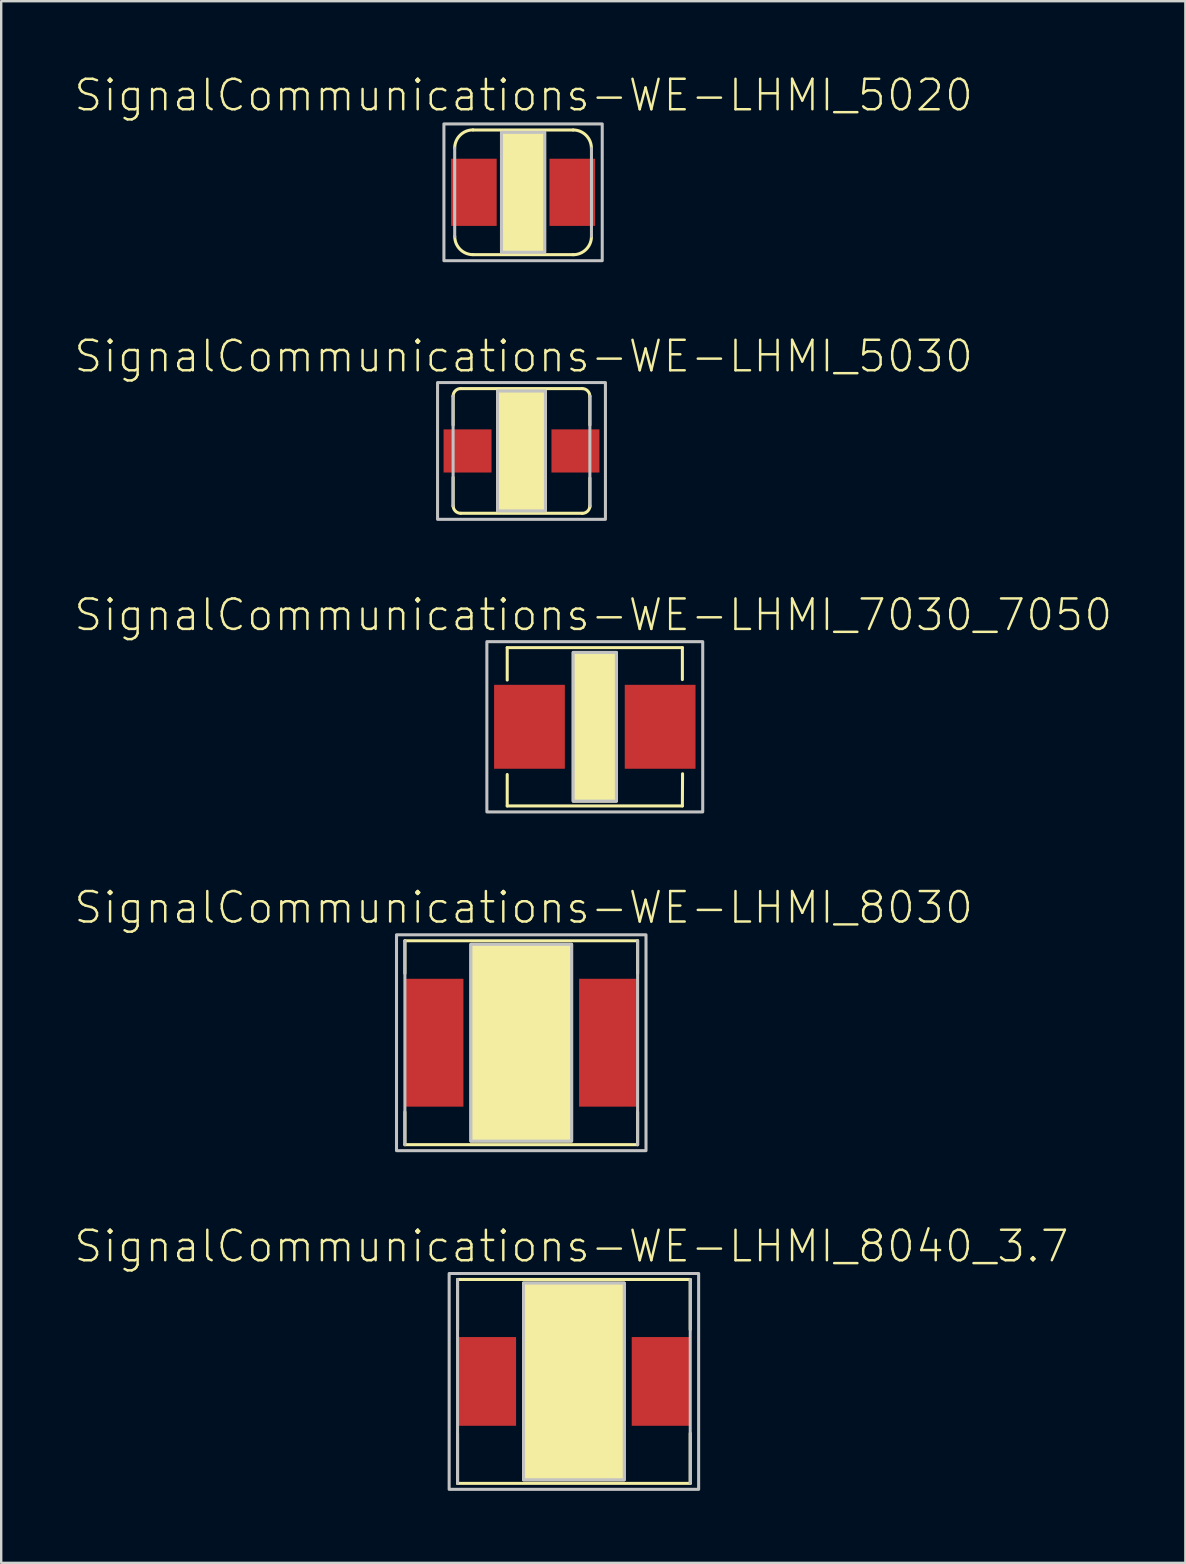
<source format=kicad_pcb>
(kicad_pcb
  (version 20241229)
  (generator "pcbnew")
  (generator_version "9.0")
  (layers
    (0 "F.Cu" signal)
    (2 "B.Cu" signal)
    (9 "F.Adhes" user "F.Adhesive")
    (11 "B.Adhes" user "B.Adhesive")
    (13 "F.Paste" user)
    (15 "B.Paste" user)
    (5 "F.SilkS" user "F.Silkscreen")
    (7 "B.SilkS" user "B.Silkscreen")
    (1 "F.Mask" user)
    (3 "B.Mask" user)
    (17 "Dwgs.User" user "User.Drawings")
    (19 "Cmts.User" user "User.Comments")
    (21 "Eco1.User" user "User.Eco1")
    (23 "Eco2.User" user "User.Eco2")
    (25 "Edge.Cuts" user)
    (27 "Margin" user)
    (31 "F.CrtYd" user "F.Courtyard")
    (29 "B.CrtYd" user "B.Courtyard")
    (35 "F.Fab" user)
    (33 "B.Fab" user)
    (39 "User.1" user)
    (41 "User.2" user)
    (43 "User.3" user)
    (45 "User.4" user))
  (footprint "SignalCommunications-WE-LHMI_7030_7050"
    (layer "F.Cu")
    (at 21.739 27.24)
    (property "Reference" "SignalCommunications-WE-LHMI_7030_7050" (at -0.064 -4.661 0) (layer "F.SilkS") (effects (font (size 1.27 1.27) (thickness 0.102))))
    (attr smd)
    (fp_line (start -3.65 -3.299) (end 3.65 -3.299) (stroke (width 0.127) (type solid)) (layer "F.SilkS"))
    (fp_line (start -3.65 -1.948) (end -3.65 -3.299) (stroke (width 0.127) (type solid)) (layer "F.SilkS"))
    (fp_line (start -3.65 1.989) (end -3.65 3.299) (stroke (width 0.127) (type solid)) (layer "F.SilkS"))
    (fp_line (start -3.65 3.299) (end 3.65 3.299) (stroke (width 0.127) (type solid)) (layer "F.SilkS"))
    (fp_line (start 3.65 -3.299) (end 3.65 -1.968) (stroke (width 0.127) (type solid)) (layer "F.SilkS"))
    (fp_line (start 3.65 3.299) (end 3.658 1.958) (stroke (width 0.127) (type solid)) (layer "F.SilkS"))
    (fp_poly (pts (xy -0.899 -3.099) (xy 0.899 -3.099) (xy 0.899 3.099) (xy -0.899 3.099) (xy -0.899 -3.099)) (stroke (width 0.127) (type solid)) (fill yes) (layer "F.SilkS"))
    (fp_poly (pts (xy -4.498 -3.548) (xy 4.498 -3.548) (xy 4.498 3.548) (xy -4.498 3.548) (xy -4.498 -3.548)) (stroke (width 0.127) (type solid)) (fill no) (layer "Dwgs.User"))
    (fp_poly (pts (xy -0.899 -3.099) (xy 0.899 -3.099) (xy 0.899 3.099) (xy -0.899 3.099) (xy -0.899 -3.099)) (stroke (width 0.127) (type solid)) (fill no) (layer "Dwgs.User"))
    (pad "1" smd rect (at -2.723 0) (size 2.949 3.498) (layers "F.Cu" "F.Mask" "F.Paste"))
    (pad "2" smd rect (at 2.723 0) (size 2.949 3.498) (layers "F.Cu" "F.Mask" "F.Paste")))
  (footprint "SignalCommunications-WE-LHMI_8040_3.7"
    (layer "F.Cu")
    (at 20.868 54.523)
    (property "Reference" "SignalCommunications-WE-LHMI_8040_3.7" (at -0.099 -5.634 0) (layer "F.SilkS") (effects (font (size 1.27 1.27) (thickness 0.102))))
    (attr smd)
    (fp_line (start -4.849 -4.249) (end 4.849 -4.249) (stroke (width 0.127) (type solid)) (layer "F.SilkS"))
    (fp_line (start -4.849 -2.159) (end -4.849 -4.249) (stroke (width 0.127) (type solid)) (layer "F.SilkS"))
    (fp_line (start -4.849 2.159) (end -4.849 4.249) (stroke (width 0.127) (type solid)) (layer "F.SilkS"))
    (fp_line (start 4.849 -2.159) (end 4.849 -4.249) (stroke (width 0.127) (type solid)) (layer "F.SilkS"))
    (fp_line (start 4.849 2.159) (end 4.849 4.249) (stroke (width 0.127) (type solid)) (layer "F.SilkS"))
    (fp_line (start 4.849 4.249) (end -4.849 4.249) (stroke (width 0.127) (type solid)) (layer "F.SilkS"))
    (fp_poly (pts (xy -1.999 -4.1) (xy 2.098 -4.1) (xy 2.098 4.1) (xy -2.098 4.1) (xy -2.098 -4.1) (xy -1.999 -4.1)) (stroke (width 0.127) (type solid)) (fill yes) (layer "F.SilkS"))
    (fp_line (start -4.849 4.249) (end -4.849 -4.249) (stroke (width 0.127) (type solid)) (layer "Dwgs.User"))
    (fp_line (start 4.849 -4.249) (end 4.849 4.249) (stroke (width 0.127) (type solid)) (layer "Dwgs.User"))
    (fp_poly (pts (xy -5.199 -4.498) (xy 5.199 -4.498) (xy 5.199 4.498) (xy -5.199 4.498) (xy -5.199 -4.498)) (stroke (width 0.127) (type solid)) (fill no) (layer "Dwgs.User"))
    (fp_poly (pts (xy -2.098 -4.1) (xy 2.098 -4.1) (xy 2.098 4.1) (xy -2.098 4.1) (xy -2.098 -4.1)) (stroke (width 0.127) (type solid)) (fill no) (layer "Dwgs.User"))
    (pad "1" smd rect (at -3.619 0) (size 2.418 3.698) (layers "F.Cu" "F.Mask" "F.Paste"))
    (pad "2" smd rect (at 3.619 0) (size 2.418 3.698) (layers "F.Cu" "F.Mask" "F.Paste")))
  (footprint "SignalCommunications-WE-LHMI_5020"
    (layer "F.Cu")
    (at 18.75 4.965)
    (property "Reference" "SignalCommunications-WE-LHMI_5020" (at 0.023 -4.044 0) (layer "F.SilkS") (effects (font (size 1.27 1.27) (thickness 0.102))))
    (attr smd)
    (fp_line (start -2.088 -2.598) (end 2.088 -2.598) (stroke (width 0.127) (type solid)) (layer "F.SilkS"))
    (fp_line (start -2.088 2.598) (end 2.088 2.598) (stroke (width 0.127) (type solid)) (layer "F.SilkS"))
    (fp_arc (start -2.84988 -1.83896) (mid -2.626695 -2.377775) (end -2.08788 -2.60096) (stroke (width 0.127) (type solid)) (layer "F.SilkS"))
    (fp_arc (start -2.08788 2.59842) (mid -2.624899 2.375979) (end -2.84734 1.83896) (stroke (width 0.127) (type solid)) (layer "F.SilkS"))
    (fp_arc (start 2.08788 -2.59842) (mid 2.624899 -2.375979) (end 2.84734 -1.83896) (stroke (width 0.127) (type solid)) (layer "F.SilkS"))
    (fp_arc (start 2.84988 1.83896) (mid 2.626695 2.377775) (end 2.08788 2.60096) (stroke (width 0.127) (type solid)) (layer "F.SilkS"))
    (fp_poly (pts (xy -0.899 -2.499) (xy 0.899 -2.499) (xy 0.899 2.499) (xy -0.899 2.499) (xy -0.899 -2.499)) (stroke (width 0.127) (type solid)) (fill yes) (layer "F.SilkS"))
    (fp_line (start -2.85 -1.839) (end -2.85 1.839) (stroke (width 0.127) (type solid)) (layer "Dwgs.User"))
    (fp_line (start 2.85 1.839) (end 2.85 -1.839) (stroke (width 0.127) (type solid)) (layer "Dwgs.User"))
    (fp_poly (pts (xy -3.299 -2.85) (xy 3.299 -2.85) (xy 3.299 2.85) (xy -3.299 2.85) (xy -3.299 -2.85)) (stroke (width 0.127) (type solid)) (fill no) (layer "Dwgs.User"))
    (fp_poly (pts (xy -0.899 -2.499) (xy 0.899 -2.499) (xy 0.899 2.499) (xy -0.899 2.499) (xy -0.899 -2.499)) (stroke (width 0.127) (type solid)) (fill no) (layer "Dwgs.User"))
    (pad "1" smd rect (at -2.05 0) (size 1.9 2.799) (layers "F.Cu" "F.Mask" "F.Paste"))
    (pad "2" smd rect (at 2.05 0) (size 1.9 2.799) (layers "F.Cu" "F.Mask" "F.Paste")))
  (footprint "SignalCommunications-WE-LHMI_8030"
    (layer "F.Cu")
    (at 18.674 40.407)
    (property "Reference" "SignalCommunications-WE-LHMI_8030" (at 0.099 -5.634 0) (layer "F.SilkS") (effects (font (size 1.27 1.27) (thickness 0.102))))
    (attr smd)
    (fp_line (start -4.849 -4.249) (end 4.849 -4.249) (stroke (width 0.127) (type solid)) (layer "F.SilkS"))
    (fp_line (start -4.849 -2.888) (end -4.849 -4.249) (stroke (width 0.127) (type solid)) (layer "F.SilkS"))
    (fp_line (start -4.849 2.888) (end -4.849 4.249) (stroke (width 0.127) (type solid)) (layer "F.SilkS"))
    (fp_line (start 4.849 -2.888) (end 4.849 -4.249) (stroke (width 0.127) (type solid)) (layer "F.SilkS"))
    (fp_line (start 4.849 2.888) (end 4.849 4.249) (stroke (width 0.127) (type solid)) (layer "F.SilkS"))
    (fp_line (start 4.849 4.249) (end -4.849 4.249) (stroke (width 0.127) (type solid)) (layer "F.SilkS"))
    (fp_poly (pts (xy -2.098 -4.1) (xy 2.098 -4.1) (xy 2.098 4.1) (xy -2.098 4.1) (xy -2.098 -4.1)) (stroke (width 0.127) (type solid)) (fill yes) (layer "F.SilkS"))
    (fp_line (start -4.849 4.249) (end -4.849 -4.249) (stroke (width 0.127) (type solid)) (layer "Dwgs.User"))
    (fp_line (start 4.849 -4.249) (end 4.849 4.249) (stroke (width 0.127) (type solid)) (layer "Dwgs.User"))
    (fp_poly (pts (xy -5.199 -4.498) (xy 5.199 -4.498) (xy 5.199 4.498) (xy -5.199 4.498) (xy -5.199 -4.498)) (stroke (width 0.127) (type solid)) (fill no) (layer "Dwgs.User"))
    (fp_poly (pts (xy -1.999 -4.1) (xy 2.098 -4.1) (xy 2.098 4.1) (xy -2.098 4.1) (xy -2.098 -4.1) (xy -1.9 -4.1) (xy -1.999 -4.1)) (stroke (width 0.127) (type solid)) (fill no) (layer "Dwgs.User"))
    (pad "1" smd rect (at -3.619 0) (size 2.418 5.329) (layers "F.Cu" "F.Mask" "F.Paste"))
    (pad "2" smd rect (at 3.619 0) (size 2.418 5.329) (layers "F.Cu" "F.Mask" "F.Paste")))
  (footprint "SignalCommunications-WE-LHMI_5030"
    (layer "F.Cu")
    (at 18.684 15.744)
    (property "Reference" "SignalCommunications-WE-LHMI_5030" (at 0.089 -3.945 0) (layer "F.SilkS") (effects (font (size 1.27 1.27) (thickness 0.102))))
    (attr smd)
    (fp_line (start -2.85 -1.079) (end -2.85 -2.289) (stroke (width 0.127) (type solid)) (layer "F.SilkS"))
    (fp_line (start -2.85 2.309) (end -2.85 1.1) (stroke (width 0.127) (type solid)) (layer "F.SilkS"))
    (fp_line (start -2.532 2.598) (end 2.532 2.598) (stroke (width 0.127) (type solid)) (layer "F.SilkS"))
    (fp_line (start 2.532 -2.598) (end -2.532 -2.598) (stroke (width 0.127) (type solid)) (layer "F.SilkS"))
    (fp_line (start 2.85 -1.079) (end 2.85 -2.289) (stroke (width 0.127) (type solid)) (layer "F.SilkS"))
    (fp_line (start 2.85 2.339) (end 2.85 1.128) (stroke (width 0.127) (type solid)) (layer "F.SilkS"))
    (fp_arc (start -2.84988 -2.28346) (mid -2.756886 -2.507966) (end -2.53238 -2.60096) (stroke (width 0.127) (type solid)) (layer "F.SilkS"))
    (fp_arc (start -2.53238 2.59842) (mid -2.75509 2.50617) (end -2.84734 2.28346) (stroke (width 0.127) (type solid)) (layer "F.SilkS"))
    (fp_arc (start 2.53238 -2.59842) (mid 2.75509 -2.50617) (end 2.84734 -2.28346) (stroke (width 0.127) (type solid)) (layer "F.SilkS"))
    (fp_arc (start 2.84988 2.28346) (mid 2.756886 2.507966) (end 2.53238 2.60096) (stroke (width 0.127) (type solid)) (layer "F.SilkS"))
    (fp_poly (pts (xy -0.998 -2.499) (xy 0.998 -2.499) (xy 0.998 2.499) (xy -0.998 2.499) (xy -0.998 -2.499)) (stroke (width 0.127) (type solid)) (fill yes) (layer "F.SilkS"))
    (fp_line (start -2.85 -2.283) (end -2.85 2.283) (stroke (width 0.127) (type solid)) (layer "Dwgs.User"))
    (fp_line (start 2.85 2.283) (end 2.85 -2.283) (stroke (width 0.127) (type solid)) (layer "Dwgs.User"))
    (fp_poly (pts (xy -3.498 -2.85) (xy 3.498 -2.85) (xy 3.498 2.85) (xy -3.498 2.85) (xy -3.498 -2.85)) (stroke (width 0.127) (type solid)) (fill no) (layer "Dwgs.User"))
    (fp_poly (pts (xy -0.998 -2.499) (xy 0.998 -2.499) (xy 0.998 2.499) (xy -0.998 2.499) (xy -0.998 -2.499)) (stroke (width 0.127) (type solid)) (fill no) (layer "Dwgs.User"))
    (pad "1" smd rect (at 2.248 0) (size 1.999 1.798) (layers "F.Cu" "F.Mask" "F.Paste"))
    (pad "2" smd rect (at -2.248 0) (size 1.999 1.798) (layers "F.Cu" "F.Mask" "F.Paste")))
  (gr_rect
    (start -3 -3)
    (end 46.352 62.085)
    (stroke (width 0.1) (type default))
    (fill no)
    (layer "Edge.Cuts")))
</source>
